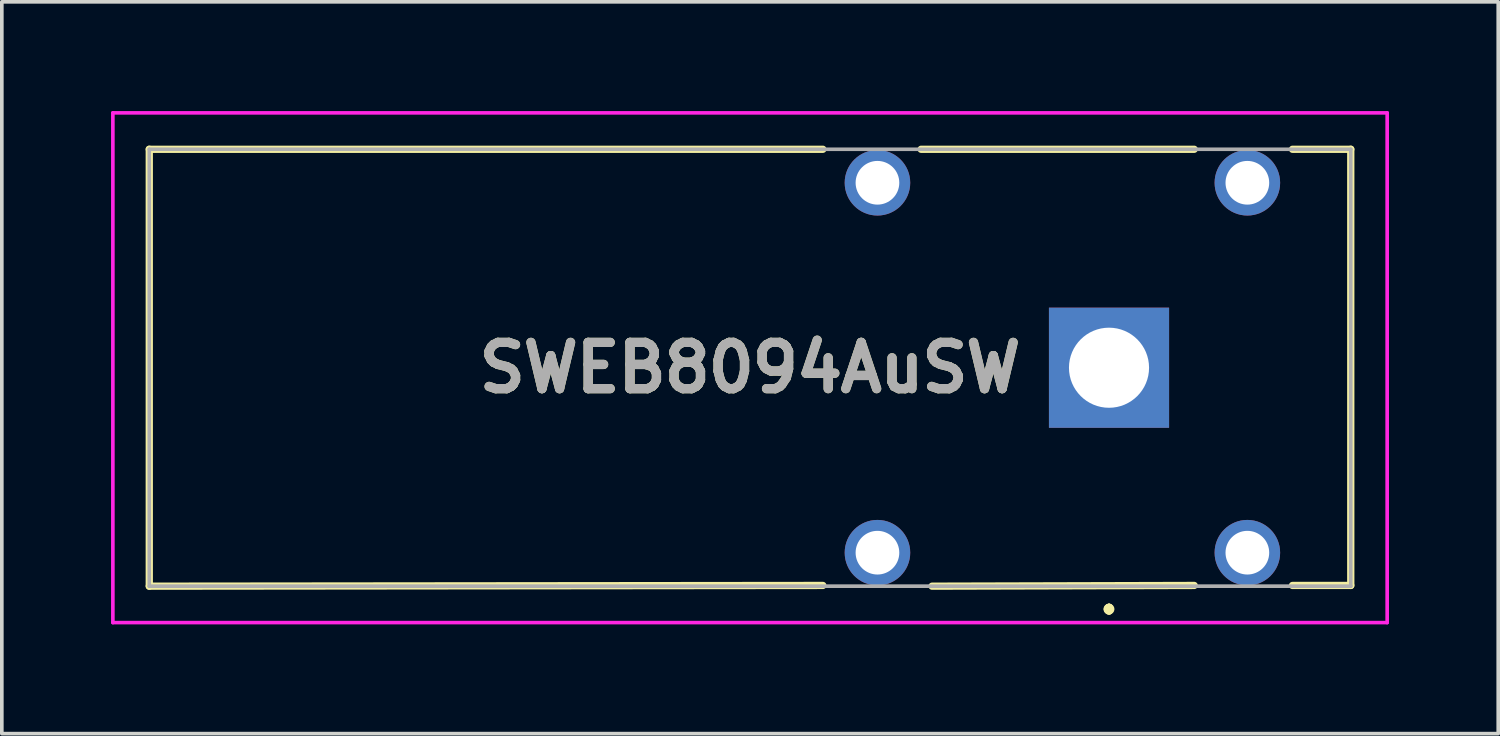
<source format=kicad_pcb>
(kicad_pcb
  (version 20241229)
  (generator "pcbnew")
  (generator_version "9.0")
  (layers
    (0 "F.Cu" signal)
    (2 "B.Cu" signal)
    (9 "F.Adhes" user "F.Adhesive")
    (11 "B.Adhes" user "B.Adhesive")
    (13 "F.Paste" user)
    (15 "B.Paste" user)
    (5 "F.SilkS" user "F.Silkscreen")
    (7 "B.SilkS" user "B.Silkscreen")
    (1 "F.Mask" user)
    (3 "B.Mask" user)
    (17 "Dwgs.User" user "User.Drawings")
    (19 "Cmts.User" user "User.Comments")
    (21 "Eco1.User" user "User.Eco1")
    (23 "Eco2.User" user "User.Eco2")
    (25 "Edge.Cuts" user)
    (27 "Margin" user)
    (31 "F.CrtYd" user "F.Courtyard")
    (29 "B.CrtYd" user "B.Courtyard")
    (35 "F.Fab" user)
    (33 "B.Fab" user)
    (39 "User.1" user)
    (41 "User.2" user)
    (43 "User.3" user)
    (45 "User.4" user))
  (footprint "SWEB8094AuSW"
    (layer "F.Cu")
    (at 27.41 7.05)
    (property "Reference" "SWEB8094AuSW" (at -9.86 0 0) (layer "F.SilkS") (effects (font (size 1.27 1.27) (thickness 0.254))))
    (attr through_hole)
    (fp_line (start -26.36 -6) (end -26.36 6) (stroke (width 0.2) (type solid)) (layer "F.SilkS"))
    (fp_line (start -26.36 6) (end -7.86 5.98) (stroke (width 0.2) (type solid)) (layer "F.SilkS"))
    (fp_line (start -7.86 -6) (end -26.36 -6) (stroke (width 0.2) (type solid)) (layer "F.SilkS"))
    (fp_line (start -4.86 6) (end 2.34 5.98) (stroke (width 0.2) (type solid)) (layer "F.SilkS"))
    (fp_line (start 0 6.58) (end 0 6.58) (stroke (width 0.2) (type solid)) (layer "F.SilkS"))
    (fp_line (start 0 6.58) (end 0 6.58) (stroke (width 0.2) (type solid)) (layer "F.SilkS"))
    (fp_line (start 0 6.68) (end 0 6.68) (stroke (width 0.2) (type solid)) (layer "F.SilkS"))
    (fp_line (start 2.34 -6) (end -5.16 -6) (stroke (width 0.2) (type solid)) (layer "F.SilkS"))
    (fp_line (start 5.04 5.98) (end 6.64 5.98) (stroke (width 0.2) (type solid)) (layer "F.SilkS"))
    (fp_line (start 6.64 -6) (end 5.04 -6) (stroke (width 0.2) (type solid)) (layer "F.SilkS"))
    (fp_line (start 6.64 5.98) (end 6.64 -6) (stroke (width 0.2) (type solid)) (layer "F.SilkS"))
    (fp_arc (start 0 6.58) (mid 0.05 6.63) (end 0 6.68) (stroke (width 0.2) (type solid)) (layer "F.SilkS"))
    (fp_arc (start 0 6.68) (mid -0.05 6.63) (end 0 6.58) (stroke (width 0.2) (type solid)) (layer "F.SilkS"))
    (fp_arc (start 0 6.68) (mid -0.05 6.63) (end 0 6.58) (stroke (width 0.2) (type solid)) (layer "F.SilkS"))
    (fp_line (start -27.36 -7) (end 7.64 -7) (stroke (width 0.1) (type solid)) (layer "F.CrtYd"))
    (fp_line (start -27.36 7) (end -27.36 -7) (stroke (width 0.1) (type solid)) (layer "F.CrtYd"))
    (fp_line (start 7.64 -7) (end 7.64 7) (stroke (width 0.1) (type solid)) (layer "F.CrtYd"))
    (fp_line (start 7.64 7) (end -27.36 7) (stroke (width 0.1) (type solid)) (layer "F.CrtYd"))
    (fp_line (start -26.36 -6) (end -26.36 6) (stroke (width 0.1) (type solid)) (layer "F.Fab"))
    (fp_line (start -26.36 6) (end 6.64 6) (stroke (width 0.1) (type solid)) (layer "F.Fab"))
    (fp_line (start 6.64 -6) (end -26.36 -6) (stroke (width 0.1) (type solid)) (layer "F.Fab"))
    (fp_line (start 6.64 6) (end 6.64 -6) (stroke (width 0.1) (type solid)) (layer "F.Fab"))
    (fp_text user "${REFERENCE}" (at -9.86 0 0) (layer "F.Fab") (effects (font (size 1.27 1.27) (thickness 0.254))))
    (pad "1" thru_hole rect (at 0 0) (size 3.3 3.3) (drill 2.2) (layers "*.Cu" "*.Mask"))
    (pad "2" thru_hole circle (at 3.8 5.08) (size 1.8 1.8) (drill 1.2) (layers "*.Cu" "*.Mask"))
    (pad "3" thru_hole circle (at 3.8 -5.08) (size 1.8 1.8) (drill 1.2) (layers "*.Cu" "*.Mask"))
    (pad "4" thru_hole circle (at -6.36 -5.08) (size 1.8 1.8) (drill 1.2) (layers "*.Cu" "*.Mask"))
    (pad "5" thru_hole circle (at -6.36 5.08) (size 1.8 1.8) (drill 1.2) (layers "*.Cu" "*.Mask")))
  (gr_rect
    (start -3 -3)
    (end 38.1 17.1)
    (stroke (width 0.1) (type default))
    (fill no)
    (layer "Edge.Cuts")))
</source>
